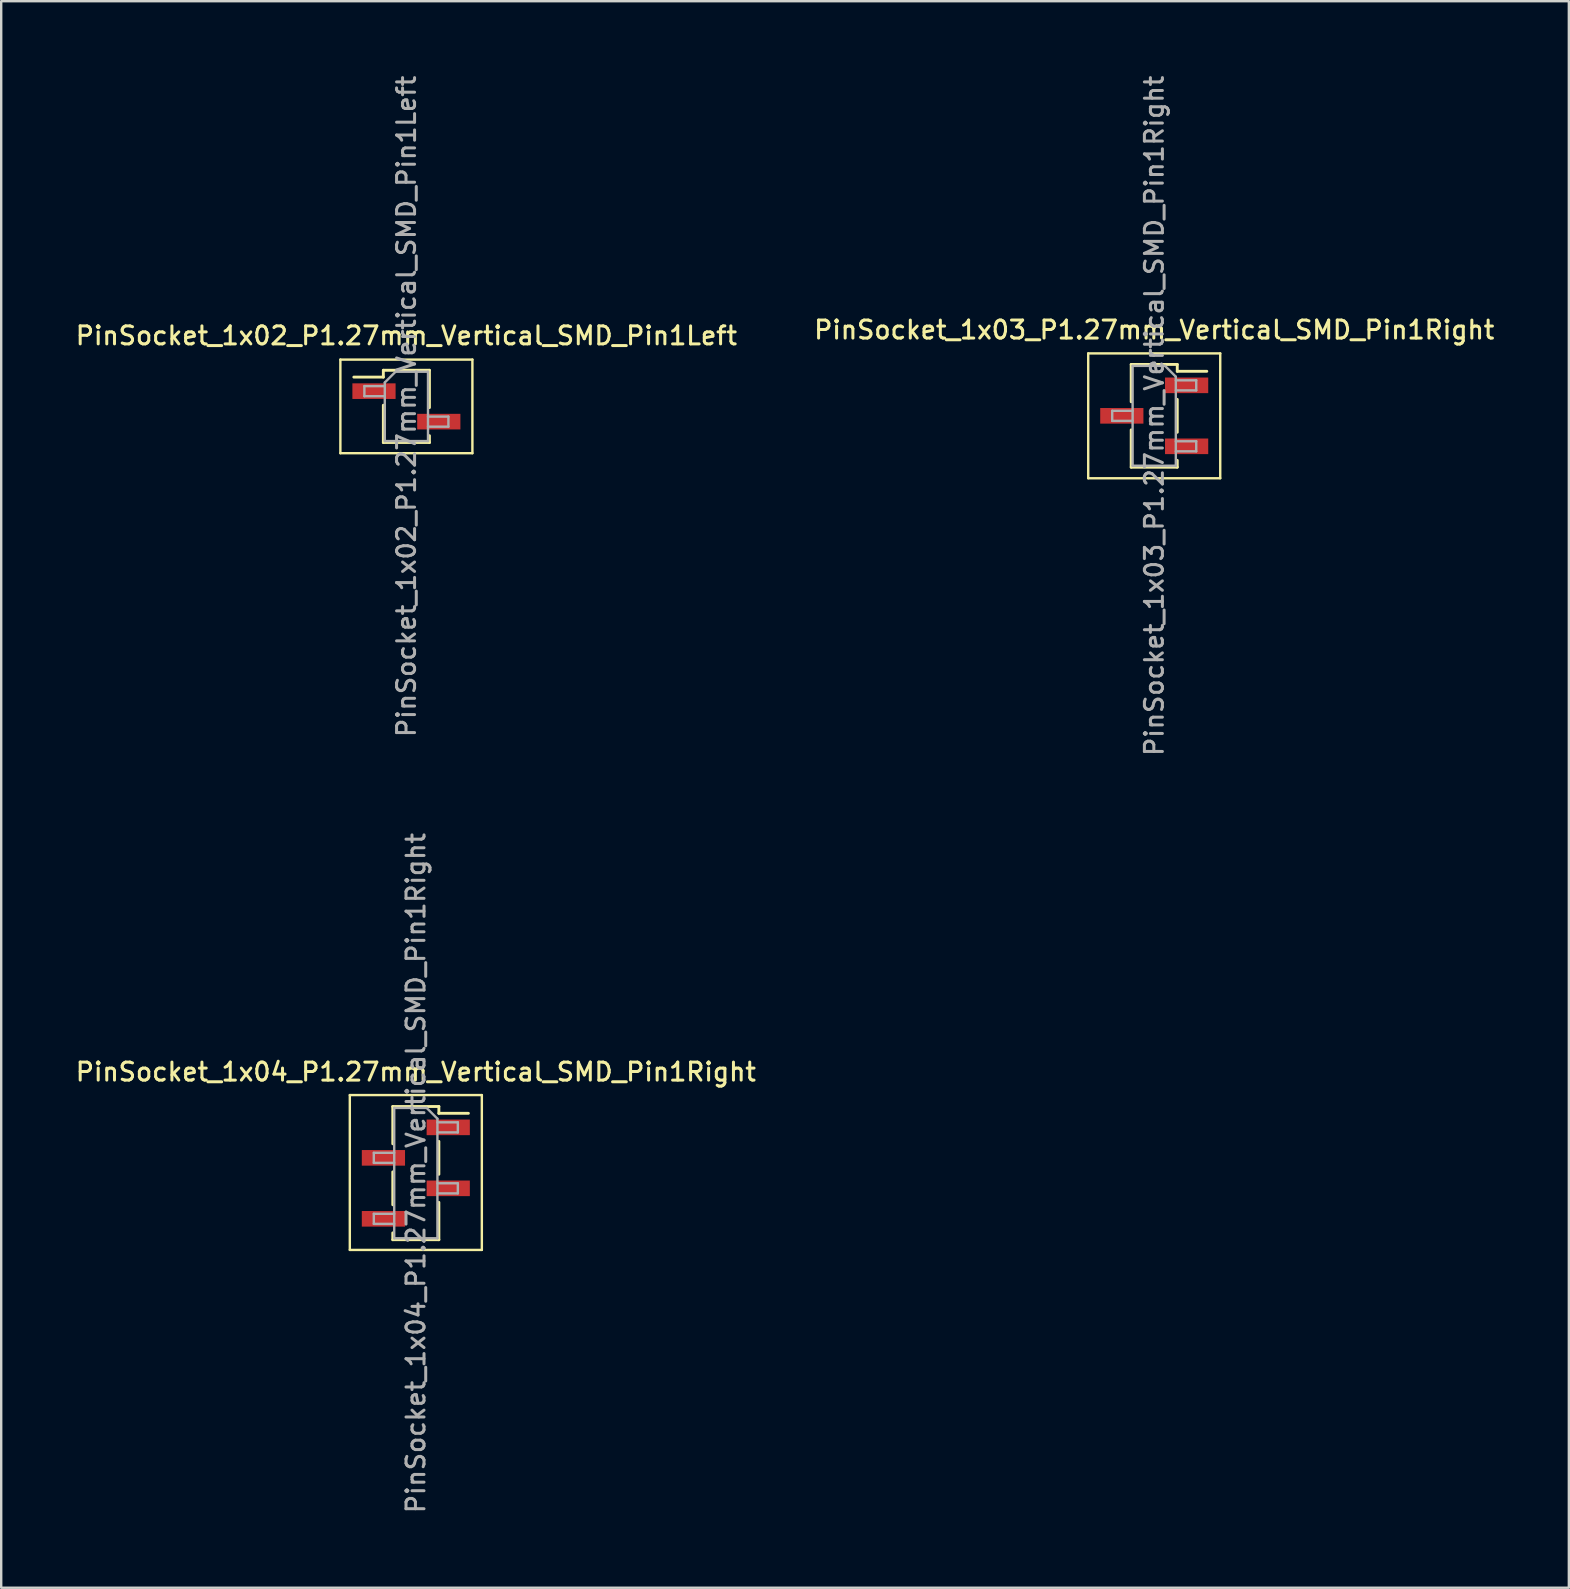
<source format=kicad_pcb>
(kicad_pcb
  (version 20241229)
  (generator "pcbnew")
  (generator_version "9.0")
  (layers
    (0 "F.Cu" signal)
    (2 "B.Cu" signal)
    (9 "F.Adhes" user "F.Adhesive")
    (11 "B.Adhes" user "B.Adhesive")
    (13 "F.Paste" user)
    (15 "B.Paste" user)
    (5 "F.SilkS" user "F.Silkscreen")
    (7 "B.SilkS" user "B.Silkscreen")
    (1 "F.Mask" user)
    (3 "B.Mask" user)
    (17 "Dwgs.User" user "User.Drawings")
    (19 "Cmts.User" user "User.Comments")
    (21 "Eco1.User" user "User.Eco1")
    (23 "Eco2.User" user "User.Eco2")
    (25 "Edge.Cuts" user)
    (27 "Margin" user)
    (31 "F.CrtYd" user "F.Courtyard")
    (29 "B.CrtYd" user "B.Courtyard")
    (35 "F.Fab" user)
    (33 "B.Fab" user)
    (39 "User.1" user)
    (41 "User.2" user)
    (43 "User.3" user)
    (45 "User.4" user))
  (footprint "PinSocket_1x02_P1.27mm_Vertical_SMD_Pin1Left"
    (layer "F.Cu")
    (at 13.88 13.88)
    (property "Reference" "PinSocket_1x02_P1.27mm_Vertical_SMD_Pin1Left" (at 0 -2.945 0) (layer "F.SilkS") (effects (font (size 0.75 0.75) (thickness 0.125))))
    (attr smd)
    (fp_line (start -2.75 -1.95) (end 2.75 -1.95) (stroke (width 0.1) (type solid)) (layer "F.SilkS"))
    (fp_line (start -2.75 1.95) (end -2.75 -1.95) (stroke (width 0.1) (type solid)) (layer "F.SilkS"))
    (fp_line (start -2.19 -1.22) (end -0.96 -1.22) (stroke (width 0.12) (type solid)) (layer "F.SilkS"))
    (fp_line (start -0.96 -1.505) (end -0.96 -1.22) (stroke (width 0.12) (type solid)) (layer "F.SilkS"))
    (fp_line (start -0.96 -1.505) (end 0.96 -1.505) (stroke (width 0.12) (type solid)) (layer "F.SilkS"))
    (fp_line (start -0.96 -0.05) (end -0.96 1.505) (stroke (width 0.12) (type solid)) (layer "F.SilkS"))
    (fp_line (start -0.96 1.505) (end 0.96 1.505) (stroke (width 0.12) (type solid)) (layer "F.SilkS"))
    (fp_line (start 0.96 -1.505) (end 0.96 0.05) (stroke (width 0.12) (type solid)) (layer "F.SilkS"))
    (fp_line (start 0.96 1.22) (end 0.96 1.505) (stroke (width 0.12) (type solid)) (layer "F.SilkS"))
    (fp_line (start 2.75 -1.95) (end 2.75 1.95) (stroke (width 0.1) (type solid)) (layer "F.SilkS"))
    (fp_line (start 2.75 1.95) (end -2.75 1.95) (stroke (width 0.1) (type solid)) (layer "F.SilkS"))
    (fp_line (start -1.75 -0.845) (end -0.9 -0.845) (stroke (width 0.1) (type solid)) (layer "F.Fab"))
    (fp_line (start -1.75 -0.425) (end -1.75 -0.845) (stroke (width 0.1) (type solid)) (layer "F.Fab"))
    (fp_line (start -0.9 -0.995) (end -0.45 -1.445) (stroke (width 0.1) (type solid)) (layer "F.Fab"))
    (fp_line (start -0.9 -0.425) (end -1.75 -0.425) (stroke (width 0.1) (type solid)) (layer "F.Fab"))
    (fp_line (start -0.9 1.445) (end -0.9 -0.995) (stroke (width 0.1) (type solid)) (layer "F.Fab"))
    (fp_line (start -0.45 -1.445) (end 0.9 -1.445) (stroke (width 0.1) (type solid)) (layer "F.Fab"))
    (fp_line (start 0.9 -1.445) (end 0.9 1.445) (stroke (width 0.1) (type solid)) (layer "F.Fab"))
    (fp_line (start 0.9 0.425) (end 1.75 0.425) (stroke (width 0.1) (type solid)) (layer "F.Fab"))
    (fp_line (start 0.9 1.445) (end -0.9 1.445) (stroke (width 0.1) (type solid)) (layer "F.Fab"))
    (fp_line (start 1.75 0.425) (end 1.75 0.845) (stroke (width 0.1) (type solid)) (layer "F.Fab"))
    (fp_line (start 1.75 0.845) (end 0.9 0.845) (stroke (width 0.1) (type solid)) (layer "F.Fab"))
    (fp_text user "${REFERENCE}" (at 0 0 90) (layer "F.Fab") (effects (font (size 0.75 0.75) (thickness 0.125))))
    (pad "1" smd rect (at -1.35 -0.635) (size 1.8 0.65) (layers "F.Cu" "F.Mask" "F.Paste"))
    (pad "2" smd rect (at 1.35 0.635) (size 1.8 0.65) (layers "F.Cu" "F.Mask" "F.Paste")))
  (footprint "PinSocket_1x04_P1.27mm_Vertical_SMD_Pin1Right"
    (layer "F.Cu")
    (at 14.273 45.82)
    (property "Reference" "PinSocket_1x04_P1.27mm_Vertical_SMD_Pin1Right" (at 0 -4.215 0) (layer "F.SilkS") (effects (font (size 0.75 0.75) (thickness 0.125))))
    (attr smd)
    (fp_line (start -2.75 -3.25) (end 2.75 -3.25) (stroke (width 0.1) (type solid)) (layer "F.SilkS"))
    (fp_line (start -2.75 3.2) (end -2.75 -3.25) (stroke (width 0.1) (type solid)) (layer "F.SilkS"))
    (fp_line (start -0.96 -2.775) (end -0.96 -1.22) (stroke (width 0.12) (type solid)) (layer "F.SilkS"))
    (fp_line (start -0.96 -2.775) (end 0.96 -2.775) (stroke (width 0.12) (type solid)) (layer "F.SilkS"))
    (fp_line (start -0.96 -0.05) (end -0.96 1.32) (stroke (width 0.12) (type solid)) (layer "F.SilkS"))
    (fp_line (start -0.96 2.49) (end -0.96 2.775) (stroke (width 0.12) (type solid)) (layer "F.SilkS"))
    (fp_line (start -0.96 2.775) (end 0.96 2.775) (stroke (width 0.12) (type solid)) (layer "F.SilkS"))
    (fp_line (start 0.96 -2.775) (end 0.96 -2.49) (stroke (width 0.12) (type solid)) (layer "F.SilkS"))
    (fp_line (start 0.96 -2.49) (end 2.19 -2.49) (stroke (width 0.12) (type solid)) (layer "F.SilkS"))
    (fp_line (start 0.96 -1.32) (end 0.96 0.05) (stroke (width 0.12) (type solid)) (layer "F.SilkS"))
    (fp_line (start 0.96 1.22) (end 0.96 2.775) (stroke (width 0.12) (type solid)) (layer "F.SilkS"))
    (fp_line (start 2.75 -3.25) (end 2.75 3.2) (stroke (width 0.1) (type solid)) (layer "F.SilkS"))
    (fp_line (start 2.75 3.2) (end -2.75 3.2) (stroke (width 0.1) (type solid)) (layer "F.SilkS"))
    (fp_line (start -1.75 -0.845) (end -0.9 -0.845) (stroke (width 0.1) (type solid)) (layer "F.Fab"))
    (fp_line (start -1.75 -0.425) (end -1.75 -0.845) (stroke (width 0.1) (type solid)) (layer "F.Fab"))
    (fp_line (start -1.75 1.695) (end -0.9 1.695) (stroke (width 0.1) (type solid)) (layer "F.Fab"))
    (fp_line (start -1.75 2.115) (end -1.75 1.695) (stroke (width 0.1) (type solid)) (layer "F.Fab"))
    (fp_line (start -0.9 -2.715) (end 0.45 -2.715) (stroke (width 0.1) (type solid)) (layer "F.Fab"))
    (fp_line (start -0.9 -0.425) (end -1.75 -0.425) (stroke (width 0.1) (type solid)) (layer "F.Fab"))
    (fp_line (start -0.9 2.115) (end -1.75 2.115) (stroke (width 0.1) (type solid)) (layer "F.Fab"))
    (fp_line (start -0.9 2.715) (end -0.9 -2.715) (stroke (width 0.1) (type solid)) (layer "F.Fab"))
    (fp_line (start 0.45 -2.715) (end 0.9 -2.265) (stroke (width 0.1) (type solid)) (layer "F.Fab"))
    (fp_line (start 0.9 -2.265) (end 0.9 2.715) (stroke (width 0.1) (type solid)) (layer "F.Fab"))
    (fp_line (start 0.9 -2.115) (end 1.75 -2.115) (stroke (width 0.1) (type solid)) (layer "F.Fab"))
    (fp_line (start 0.9 0.425) (end 1.75 0.425) (stroke (width 0.1) (type solid)) (layer "F.Fab"))
    (fp_line (start 0.9 2.715) (end -0.9 2.715) (stroke (width 0.1) (type solid)) (layer "F.Fab"))
    (fp_line (start 1.75 -2.115) (end 1.75 -1.695) (stroke (width 0.1) (type solid)) (layer "F.Fab"))
    (fp_line (start 1.75 -1.695) (end 0.9 -1.695) (stroke (width 0.1) (type solid)) (layer "F.Fab"))
    (fp_line (start 1.75 0.425) (end 1.75 0.845) (stroke (width 0.1) (type solid)) (layer "F.Fab"))
    (fp_line (start 1.75 0.845) (end 0.9 0.845) (stroke (width 0.1) (type solid)) (layer "F.Fab"))
    (fp_text user "${REFERENCE}" (at 0 0 90) (layer "F.Fab") (effects (font (size 0.75 0.75) (thickness 0.125))))
    (pad "1" smd rect (at 1.35 -1.905) (size 1.8 0.65) (layers "F.Cu" "F.Mask" "F.Paste"))
    (pad "2" smd rect (at -1.35 -0.635) (size 1.8 0.65) (layers "F.Cu" "F.Mask" "F.Paste"))
    (pad "3" smd rect (at 1.35 0.635) (size 1.8 0.65) (layers "F.Cu" "F.Mask" "F.Paste"))
    (pad "4" smd rect (at -1.35 1.905) (size 1.8 0.65) (layers "F.Cu" "F.Mask" "F.Paste")))
  (footprint "PinSocket_1x03_P1.27mm_Vertical_SMD_Pin1Right"
    (layer "F.Cu")
    (at 45.034 14.273)
    (property "Reference" "PinSocket_1x03_P1.27mm_Vertical_SMD_Pin1Right" (at 0 -3.58 0) (layer "F.SilkS") (effects (font (size 0.75 0.75) (thickness 0.125))))
    (attr smd)
    (fp_line (start -2.75 -2.6) (end 2.75 -2.6) (stroke (width 0.1) (type solid)) (layer "F.SilkS"))
    (fp_line (start -2.75 2.6) (end -2.75 -2.6) (stroke (width 0.1) (type solid)) (layer "F.SilkS"))
    (fp_line (start -0.96 -2.14) (end -0.96 -0.585) (stroke (width 0.12) (type solid)) (layer "F.SilkS"))
    (fp_line (start -0.96 -2.14) (end 0.96 -2.14) (stroke (width 0.12) (type solid)) (layer "F.SilkS"))
    (fp_line (start -0.96 0.585) (end -0.96 2.14) (stroke (width 0.12) (type solid)) (layer "F.SilkS"))
    (fp_line (start -0.96 2.14) (end 0.96 2.14) (stroke (width 0.12) (type solid)) (layer "F.SilkS"))
    (fp_line (start 0.96 -2.14) (end 0.96 -1.855) (stroke (width 0.12) (type solid)) (layer "F.SilkS"))
    (fp_line (start 0.96 -1.855) (end 2.19 -1.855) (stroke (width 0.12) (type solid)) (layer "F.SilkS"))
    (fp_line (start 0.96 -0.685) (end 0.96 0.685) (stroke (width 0.12) (type solid)) (layer "F.SilkS"))
    (fp_line (start 0.96 1.855) (end 0.96 2.14) (stroke (width 0.12) (type solid)) (layer "F.SilkS"))
    (fp_line (start 2.75 -2.6) (end 2.75 2.6) (stroke (width 0.1) (type solid)) (layer "F.SilkS"))
    (fp_line (start 2.75 2.6) (end -2.75 2.6) (stroke (width 0.1) (type solid)) (layer "F.SilkS"))
    (fp_line (start -1.75 -0.21) (end -0.9 -0.21) (stroke (width 0.1) (type solid)) (layer "F.Fab"))
    (fp_line (start -1.75 0.21) (end -1.75 -0.21) (stroke (width 0.1) (type solid)) (layer "F.Fab"))
    (fp_line (start -0.9 -2.08) (end 0.45 -2.08) (stroke (width 0.1) (type solid)) (layer "F.Fab"))
    (fp_line (start -0.9 0.21) (end -1.75 0.21) (stroke (width 0.1) (type solid)) (layer "F.Fab"))
    (fp_line (start -0.9 2.08) (end -0.9 -2.08) (stroke (width 0.1) (type solid)) (layer "F.Fab"))
    (fp_line (start 0.45 -2.08) (end 0.9 -1.63) (stroke (width 0.1) (type solid)) (layer "F.Fab"))
    (fp_line (start 0.9 -1.63) (end 0.9 2.08) (stroke (width 0.1) (type solid)) (layer "F.Fab"))
    (fp_line (start 0.9 -1.48) (end 1.75 -1.48) (stroke (width 0.1) (type solid)) (layer "F.Fab"))
    (fp_line (start 0.9 1.06) (end 1.75 1.06) (stroke (width 0.1) (type solid)) (layer "F.Fab"))
    (fp_line (start 0.9 2.08) (end -0.9 2.08) (stroke (width 0.1) (type solid)) (layer "F.Fab"))
    (fp_line (start 1.75 -1.48) (end 1.75 -1.06) (stroke (width 0.1) (type solid)) (layer "F.Fab"))
    (fp_line (start 1.75 -1.06) (end 0.9 -1.06) (stroke (width 0.1) (type solid)) (layer "F.Fab"))
    (fp_line (start 1.75 1.06) (end 1.75 1.48) (stroke (width 0.1) (type solid)) (layer "F.Fab"))
    (fp_line (start 1.75 1.48) (end 0.9 1.48) (stroke (width 0.1) (type solid)) (layer "F.Fab"))
    (fp_text user "${REFERENCE}" (at 0 0 90) (layer "F.Fab") (effects (font (size 0.75 0.75) (thickness 0.125))))
    (pad "1" smd rect (at 1.35 -1.27) (size 1.8 0.65) (layers "F.Cu" "F.Mask" "F.Paste"))
    (pad "2" smd rect (at -1.35 0) (size 1.8 0.65) (layers "F.Cu" "F.Mask" "F.Paste"))
    (pad "3" smd rect (at 1.35 1.27) (size 1.8 0.65) (layers "F.Cu" "F.Mask" "F.Paste")))
  (gr_rect
    (start -3 -3)
    (end 62.307 63.093)
    (stroke (width 0.1) (type default))
    (fill no)
    (layer "Edge.Cuts")))
</source>
